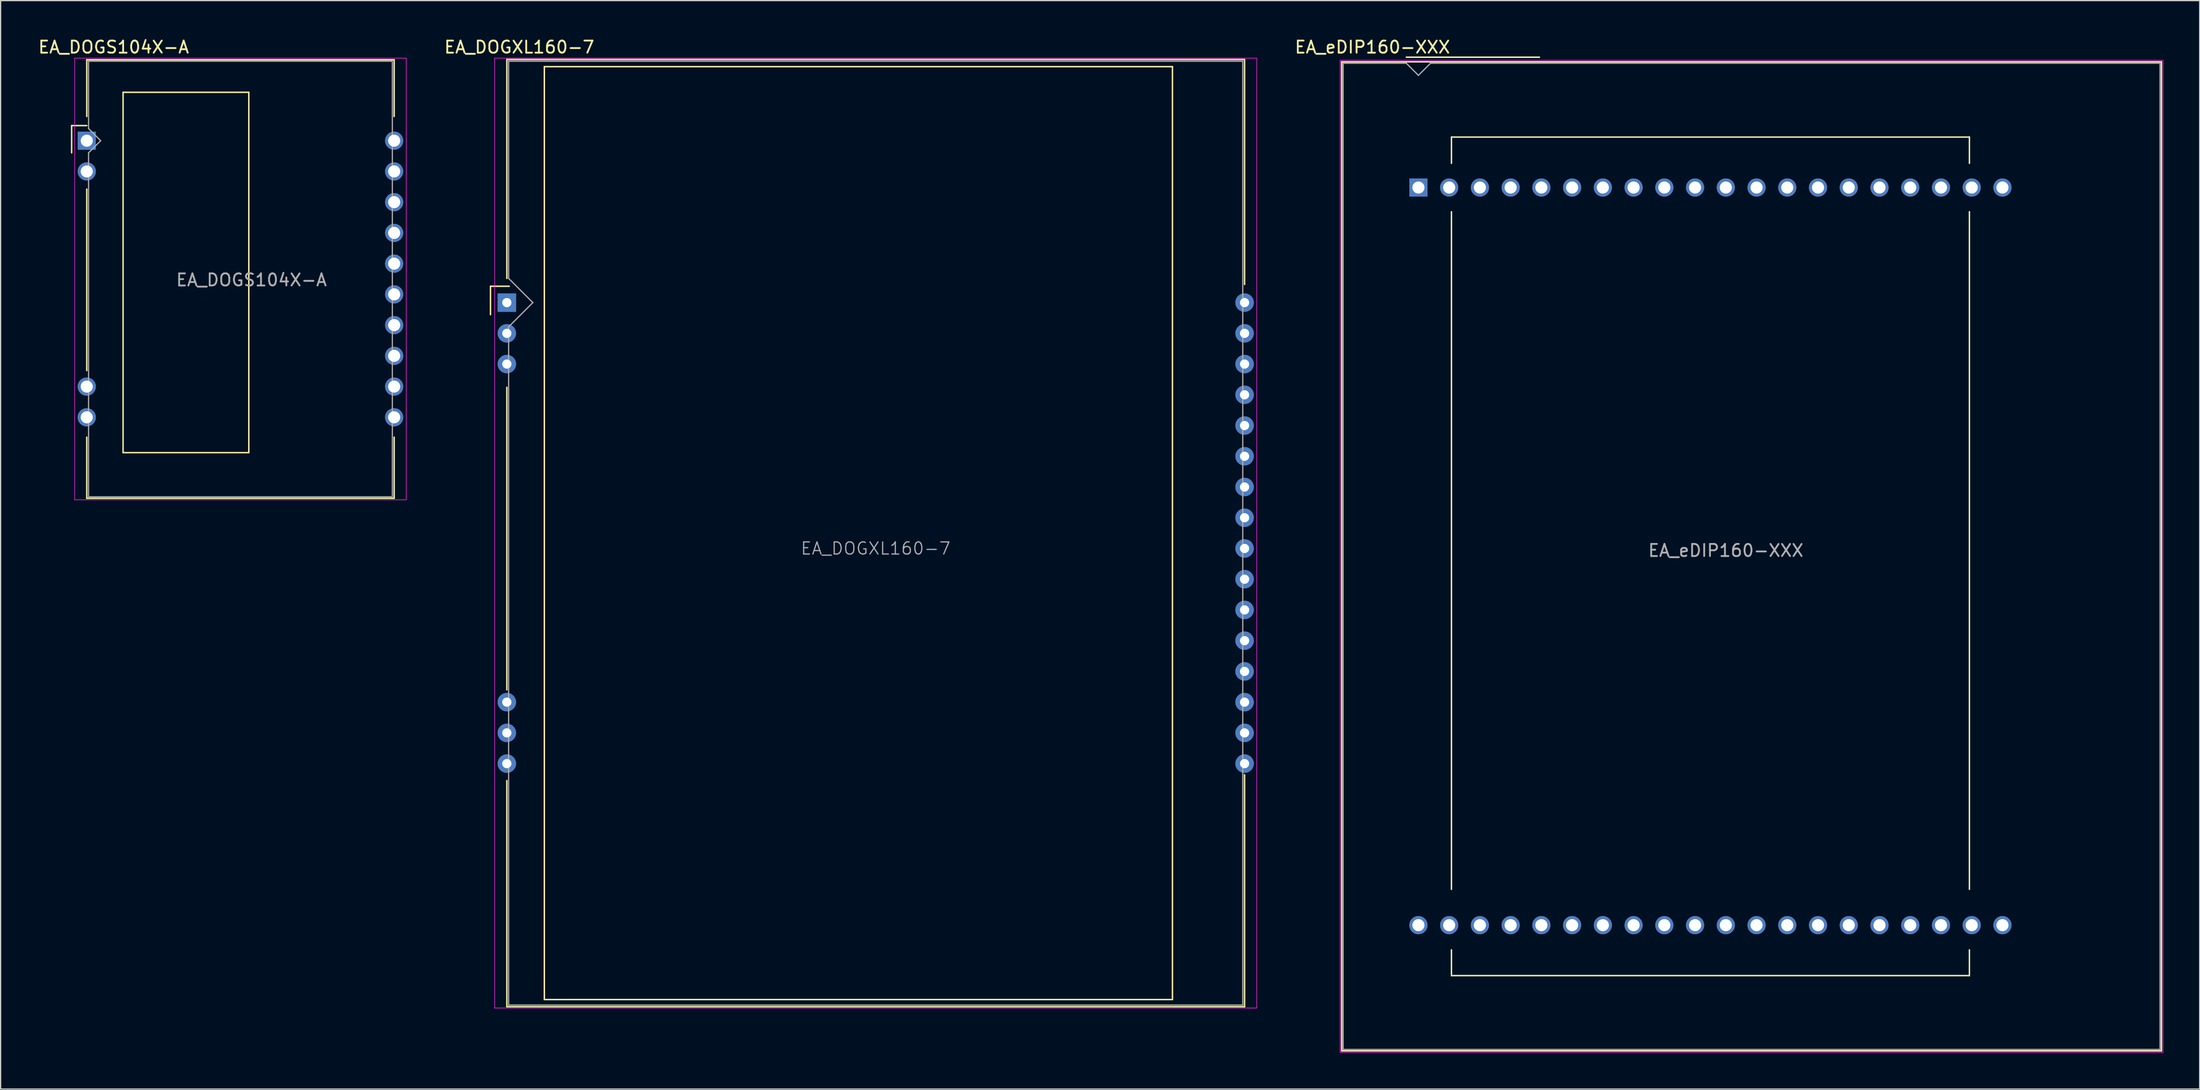
<source format=kicad_pcb>
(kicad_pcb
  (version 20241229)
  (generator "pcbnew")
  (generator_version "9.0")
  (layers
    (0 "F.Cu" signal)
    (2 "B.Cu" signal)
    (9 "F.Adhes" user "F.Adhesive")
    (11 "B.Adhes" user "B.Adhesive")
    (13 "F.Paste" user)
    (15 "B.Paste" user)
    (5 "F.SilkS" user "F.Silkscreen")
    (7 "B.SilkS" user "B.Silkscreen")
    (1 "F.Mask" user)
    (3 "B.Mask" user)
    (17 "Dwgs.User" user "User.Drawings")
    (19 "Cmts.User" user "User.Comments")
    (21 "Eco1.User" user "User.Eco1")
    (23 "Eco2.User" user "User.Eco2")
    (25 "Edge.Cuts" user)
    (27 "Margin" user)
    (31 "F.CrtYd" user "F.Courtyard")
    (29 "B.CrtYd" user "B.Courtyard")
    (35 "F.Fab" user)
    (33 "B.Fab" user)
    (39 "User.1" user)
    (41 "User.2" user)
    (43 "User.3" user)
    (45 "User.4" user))
  (footprint "EA_DOGXL160-7"
    (layer "F.Cu")
    (at 38.83 21.958)
    (property "Reference" "EA_DOGXL160-7" (at 1.03 -21.11 0) (layer "F.SilkS") (effects (font (size 1 1) (thickness 0.15))))
    (attr through_hole)
    (fp_line (start -1.35 -1.35) (end -1.35 1) (stroke (width 0.12) (type solid)) (layer "F.SilkS"))
    (fp_line (start 0 -20.09) (end 0 -2) (stroke (width 0.12) (type solid)) (layer "F.SilkS"))
    (fp_line (start 0 7) (end 0 32) (stroke (width 0.12) (type solid)) (layer "F.SilkS"))
    (fp_line (start 0 39.5) (end 0 58.19) (stroke (width 0.12) (type solid)) (layer "F.SilkS"))
    (fp_line (start 0 58.19) (end 60.96 58.19) (stroke (width 0.12) (type solid)) (layer "F.SilkS"))
    (fp_line (start 0.2 -1.35) (end -1.35 -1.35) (stroke (width 0.12) (type solid)) (layer "F.SilkS"))
    (fp_line (start 3.1 -19.5) (end 3.1 57.6) (stroke (width 0.12) (type solid)) (layer "F.SilkS"))
    (fp_line (start 3.1 57.6) (end 55 57.6) (stroke (width 0.12) (type solid)) (layer "F.SilkS"))
    (fp_line (start 55 -19.5) (end 3.1 -19.5) (stroke (width 0.12) (type solid)) (layer "F.SilkS"))
    (fp_line (start 55 57.6) (end 55 -19.5) (stroke (width 0.12) (type solid)) (layer "F.SilkS"))
    (fp_line (start 60.96 -20.09) (end 0 -20.09) (stroke (width 0.12) (type solid)) (layer "F.SilkS"))
    (fp_line (start 60.96 -1.5) (end 60.96 -20.08) (stroke (width 0.12) (type solid)) (layer "F.SilkS"))
    (fp_line (start 60.96 58.19) (end 60.96 39.02) (stroke (width 0.12) (type solid)) (layer "F.SilkS"))
    (fp_line (start -1.01 -20.2) (end 61.97 -20.2) (stroke (width 0.05) (type solid)) (layer "F.CrtYd"))
    (fp_line (start -1.01 58.3) (end -1.01 -20.2) (stroke (width 0.05) (type solid)) (layer "F.CrtYd"))
    (fp_line (start 61.97 -20.2) (end 61.97 58.3) (stroke (width 0.05) (type solid)) (layer "F.CrtYd"))
    (fp_line (start 61.97 58.3) (end -1.01 58.3) (stroke (width 0.05) (type solid)) (layer "F.CrtYd"))
    (fp_line (start 0.15 -19.95) (end 60.81 -19.95) (stroke (width 0.1) (type solid)) (layer "F.Fab"))
    (fp_line (start 0.15 -2) (end 0.15 -19.95) (stroke (width 0.1) (type solid)) (layer "F.Fab"))
    (fp_line (start 0.15 -2) (end 2.15 0) (stroke (width 0.1) (type solid)) (layer "F.Fab"))
    (fp_line (start 0.15 2) (end 0.15 58.05) (stroke (width 0.1) (type solid)) (layer "F.Fab"))
    (fp_line (start 2.15 0) (end 0.15 2) (stroke (width 0.1) (type solid)) (layer "F.Fab"))
    (fp_line (start 60.81 -19.95) (end 60.81 58.05) (stroke (width 0.1) (type solid)) (layer "F.Fab"))
    (fp_line (start 60.81 58.05) (end 0.15 58.05) (stroke (width 0.1) (type solid)) (layer "F.Fab"))
    (fp_text user "${REFERENCE}" (at 30.48 20.32 0) (layer "F.Fab") (effects (font (size 1 1) (thickness 0.1))))
    (pad "1" thru_hole rect (at 0 0) (size 1.524 1.524) (drill 0.762) (layers "*.Cu" "*.Mask"))
    (pad "2" thru_hole circle (at 0 2.54) (size 1.524 1.524) (drill 0.762) (layers "*.Cu" "*.Mask"))
    (pad "3" thru_hole circle (at 0 5.08) (size 1.524 1.524) (drill 0.762) (layers "*.Cu" "*.Mask"))
    (pad "14" thru_hole circle (at 0 33.02) (size 1.524 1.524) (drill 0.762) (layers "*.Cu" "*.Mask"))
    (pad "15" thru_hole circle (at 0 35.56) (size 1.524 1.524) (drill 0.762) (layers "*.Cu" "*.Mask"))
    (pad "16" thru_hole circle (at 0 38.1) (size 1.524 1.524) (drill 0.762) (layers "*.Cu" "*.Mask"))
    (pad "17" thru_hole circle (at 60.96 38.1) (size 1.524 1.524) (drill 0.762) (layers "*.Cu" "*.Mask"))
    (pad "18" thru_hole circle (at 60.96 35.56) (size 1.524 1.524) (drill 0.762) (layers "*.Cu" "*.Mask"))
    (pad "19" thru_hole circle (at 60.96 33.02) (size 1.524 1.524) (drill 0.762) (layers "*.Cu" "*.Mask"))
    (pad "20" thru_hole circle (at 60.96 30.48) (size 1.524 1.524) (drill 0.762) (layers "*.Cu" "*.Mask"))
    (pad "21" thru_hole circle (at 60.96 27.94) (size 1.524 1.524) (drill 0.762) (layers "*.Cu" "*.Mask"))
    (pad "22" thru_hole circle (at 60.96 25.4) (size 1.524 1.524) (drill 0.762) (layers "*.Cu" "*.Mask"))
    (pad "23" thru_hole circle (at 60.96 22.86) (size 1.524 1.524) (drill 0.762) (layers "*.Cu" "*.Mask"))
    (pad "24" thru_hole circle (at 60.96 20.32) (size 1.524 1.524) (drill 0.762) (layers "*.Cu" "*.Mask"))
    (pad "25" thru_hole circle (at 60.96 17.78) (size 1.524 1.524) (drill 0.762) (layers "*.Cu" "*.Mask"))
    (pad "26" thru_hole circle (at 60.96 15.24) (size 1.524 1.524) (drill 0.762) (layers "*.Cu" "*.Mask"))
    (pad "27" thru_hole circle (at 60.96 12.7) (size 1.524 1.524) (drill 0.762) (layers "*.Cu" "*.Mask"))
    (pad "28" thru_hole circle (at 60.96 10.16) (size 1.524 1.524) (drill 0.762) (layers "*.Cu" "*.Mask"))
    (pad "29" thru_hole circle (at 60.96 7.62) (size 1.524 1.524) (drill 0.762) (layers "*.Cu" "*.Mask"))
    (pad "30" thru_hole circle (at 60.96 5.08) (size 1.524 1.524) (drill 0.762) (layers "*.Cu" "*.Mask"))
    (pad "31" thru_hole circle (at 60.96 2.54) (size 1.524 1.524) (drill 0.762) (layers "*.Cu" "*.Mask"))
    (pad "32" thru_hole circle (at 60.96 0) (size 1.524 1.524) (drill 0.762) (layers "*.Cu" "*.Mask")))
  (footprint "EA_eDIP160-XXX"
    (layer "F.Cu")
    (at 114.155 12.448)
    (property "Reference" "EA_eDIP160-XXX" (at -3.8 -11.6 0) (layer "F.SilkS") (effects (font (size 1 1) (thickness 0.15))))
    (attr through_hole)
    (fp_line (start -6.34 -10.39) (end 61.4 -10.39) (stroke (width 0.12) (type solid)) (layer "F.SilkS"))
    (fp_line (start -6.34 71.35) (end -6.34 -10.39) (stroke (width 0.12) (type solid)) (layer "F.SilkS"))
    (fp_line (start -1 -10.77) (end 10 -10.77) (stroke (width 0.12) (type solid)) (layer "F.SilkS"))
    (fp_line (start 2.73 -4.17) (end 2.73 -2) (stroke (width 0.12) (type solid)) (layer "F.SilkS"))
    (fp_line (start 2.73 -4.17) (end 45.53 -4.17) (stroke (width 0.12) (type solid)) (layer "F.SilkS"))
    (fp_line (start 2.73 2) (end 2.73 58) (stroke (width 0.12) (type solid)) (layer "F.SilkS"))
    (fp_line (start 2.73 63) (end 2.73 65.13) (stroke (width 0.12) (type solid)) (layer "F.SilkS"))
    (fp_line (start 45.53 -4.175) (end 45.53 -2) (stroke (width 0.12) (type solid)) (layer "F.SilkS"))
    (fp_line (start 45.53 2) (end 45.53 58) (stroke (width 0.12) (type solid)) (layer "F.SilkS"))
    (fp_line (start 45.53 63) (end 45.53 65.13) (stroke (width 0.12) (type solid)) (layer "F.SilkS"))
    (fp_line (start 45.53 65.13) (end 2.73 65.13) (stroke (width 0.12) (type solid)) (layer "F.SilkS"))
    (fp_line (start 61.4 -10.39) (end 61.4 71.35) (stroke (width 0.12) (type solid)) (layer "F.SilkS"))
    (fp_line (start 61.4 71.35) (end -6.34 71.35) (stroke (width 0.12) (type solid)) (layer "F.SilkS"))
    (fp_line (start -6.47 -10.52) (end 61.53 -10.52) (stroke (width 0.05) (type solid)) (layer "F.CrtYd"))
    (fp_line (start -6.47 71.48) (end -6.47 -10.52) (stroke (width 0.05) (type solid)) (layer "F.CrtYd"))
    (fp_line (start 61.53 -10.52) (end 61.53 71.48) (stroke (width 0.05) (type solid)) (layer "F.CrtYd"))
    (fp_line (start 61.53 71.48) (end -6.47 71.48) (stroke (width 0.05) (type solid)) (layer "F.CrtYd"))
    (fp_line (start -6.22 71.23) (end -6.22 -10.27) (stroke (width 0.1) (type solid)) (layer "F.Fab"))
    (fp_line (start -1 -10.27) (end -6.22 -10.27) (stroke (width 0.1) (type solid)) (layer "F.Fab"))
    (fp_line (start -1 -10.27) (end 0 -9.27) (stroke (width 0.1) (type solid)) (layer "F.Fab"))
    (fp_line (start 0 -9.27) (end 1 -10.27) (stroke (width 0.1) (type solid)) (layer "F.Fab"))
    (fp_line (start 1 -10.27) (end 61.28 -10.27) (stroke (width 0.1) (type solid)) (layer "F.Fab"))
    (fp_line (start 61.28 -10.27) (end 61.28 71.23) (stroke (width 0.1) (type solid)) (layer "F.Fab"))
    (fp_line (start 61.28 71.23) (end -6.22 71.23) (stroke (width 0.1) (type solid)) (layer "F.Fab"))
    (fp_text user "${REFERENCE}" (at 25.4 30 0) (layer "F.Fab") (effects (font (size 1 1) (thickness 0.15))))
    (pad "1" thru_hole rect (at 0 0) (size 1.5 1.5) (drill 1) (layers "*.Cu" "*.Mask"))
    (pad "2" thru_hole circle (at 2.54 0) (size 1.5 1.5) (drill 1) (layers "*.Cu" "*.Mask"))
    (pad "3" thru_hole circle (at 5.08 0) (size 1.5 1.5) (drill 1) (layers "*.Cu" "*.Mask"))
    (pad "4" thru_hole circle (at 7.62 0) (size 1.5 1.5) (drill 1) (layers "*.Cu" "*.Mask"))
    (pad "5" thru_hole circle (at 10.16 0) (size 1.5 1.5) (drill 1) (layers "*.Cu" "*.Mask"))
    (pad "6" thru_hole circle (at 12.7 0) (size 1.5 1.5) (drill 1) (layers "*.Cu" "*.Mask"))
    (pad "7" thru_hole circle (at 15.24 0) (size 1.5 1.5) (drill 1) (layers "*.Cu" "*.Mask"))
    (pad "8" thru_hole circle (at 17.78 0) (size 1.5 1.5) (drill 1) (layers "*.Cu" "*.Mask"))
    (pad "9" thru_hole circle (at 20.32 0) (size 1.5 1.5) (drill 1) (layers "*.Cu" "*.Mask"))
    (pad "10" thru_hole circle (at 22.86 0) (size 1.5 1.5) (drill 1) (layers "*.Cu" "*.Mask"))
    (pad "11" thru_hole circle (at 25.4 0) (size 1.5 1.5) (drill 1) (layers "*.Cu" "*.Mask"))
    (pad "12" thru_hole circle (at 27.94 0) (size 1.5 1.5) (drill 1) (layers "*.Cu" "*.Mask"))
    (pad "13" thru_hole circle (at 30.48 0) (size 1.5 1.5) (drill 1) (layers "*.Cu" "*.Mask"))
    (pad "14" thru_hole circle (at 33.02 0) (size 1.5 1.5) (drill 1) (layers "*.Cu" "*.Mask"))
    (pad "15" thru_hole circle (at 35.56 0) (size 1.5 1.5) (drill 1) (layers "*.Cu" "*.Mask"))
    (pad "16" thru_hole circle (at 38.1 0) (size 1.5 1.5) (drill 1) (layers "*.Cu" "*.Mask"))
    (pad "17" thru_hole circle (at 40.64 0) (size 1.5 1.5) (drill 1) (layers "*.Cu" "*.Mask"))
    (pad "18" thru_hole circle (at 43.18 0) (size 1.5 1.5) (drill 1) (layers "*.Cu" "*.Mask"))
    (pad "19" thru_hole circle (at 45.72 0) (size 1.5 1.5) (drill 1) (layers "*.Cu" "*.Mask"))
    (pad "20" thru_hole circle (at 48.26 0) (size 1.5 1.5) (drill 1) (layers "*.Cu" "*.Mask"))
    (pad "21" thru_hole circle (at 48.26 60.96) (size 1.5 1.5) (drill 1) (layers "*.Cu" "*.Mask"))
    (pad "22" thru_hole circle (at 45.72 60.96) (size 1.5 1.5) (drill 1) (layers "*.Cu" "*.Mask"))
    (pad "23" thru_hole circle (at 43.18 60.96) (size 1.5 1.5) (drill 1) (layers "*.Cu" "*.Mask"))
    (pad "24" thru_hole circle (at 40.64 60.96) (size 1.5 1.5) (drill 1) (layers "*.Cu" "*.Mask"))
    (pad "25" thru_hole circle (at 38.1 60.96) (size 1.5 1.5) (drill 1) (layers "*.Cu" "*.Mask"))
    (pad "26" thru_hole circle (at 35.56 60.96) (size 1.5 1.5) (drill 1) (layers "*.Cu" "*.Mask"))
    (pad "27" thru_hole circle (at 33.02 60.96) (size 1.5 1.5) (drill 1) (layers "*.Cu" "*.Mask"))
    (pad "28" thru_hole circle (at 30.48 60.96) (size 1.5 1.5) (drill 1) (layers "*.Cu" "*.Mask"))
    (pad "29" thru_hole circle (at 27.94 60.96) (size 1.5 1.5) (drill 1) (layers "*.Cu" "*.Mask"))
    (pad "30" thru_hole circle (at 25.4 60.96) (size 1.5 1.5) (drill 1) (layers "*.Cu" "*.Mask"))
    (pad "31" thru_hole circle (at 22.86 60.96) (size 1.5 1.5) (drill 1) (layers "*.Cu" "*.Mask"))
    (pad "32" thru_hole circle (at 20.32 60.96) (size 1.5 1.5) (drill 1) (layers "*.Cu" "*.Mask"))
    (pad "33" thru_hole circle (at 17.78 60.96) (size 1.5 1.5) (drill 1) (layers "*.Cu" "*.Mask"))
    (pad "34" thru_hole circle (at 15.24 60.96) (size 1.5 1.5) (drill 1) (layers "*.Cu" "*.Mask"))
    (pad "35" thru_hole circle (at 12.7 60.96) (size 1.5 1.5) (drill 1) (layers "*.Cu" "*.Mask"))
    (pad "36" thru_hole circle (at 10.16 60.96) (size 1.5 1.5) (drill 1) (layers "*.Cu" "*.Mask"))
    (pad "37" thru_hole circle (at 7.62 60.96) (size 1.5 1.5) (drill 1) (layers "*.Cu" "*.Mask"))
    (pad "38" thru_hole circle (at 5.08 60.96) (size 1.5 1.5) (drill 1) (layers "*.Cu" "*.Mask"))
    (pad "39" thru_hole circle (at 2.54 60.96) (size 1.5 1.5) (drill 1) (layers "*.Cu" "*.Mask"))
    (pad "40" thru_hole circle (at 0 60.96) (size 1.5 1.5) (drill 1) (layers "*.Cu" "*.Mask")))
  (footprint "EA_DOGS104X-A"
    (layer "F.Cu")
    (at 4.119 8.578)
    (property "Reference" "EA_DOGS104X-A" (at 2.22 -7.73 0) (layer "F.SilkS") (effects (font (size 1 1) (thickness 0.15))))
    (attr through_hole)
    (fp_line (start -1.25 -1.25) (end -1.25 1) (stroke (width 0.12) (type solid)) (layer "F.SilkS"))
    (fp_line (start -1.25 -1.25) (end 0 -1.25) (stroke (width 0.12) (type solid)) (layer "F.SilkS"))
    (fp_line (start 0 -6.69) (end 25.4 -6.69) (stroke (width 0.12) (type solid)) (layer "F.SilkS"))
    (fp_line (start 0 -2) (end 0 -6.69) (stroke (width 0.12) (type solid)) (layer "F.SilkS"))
    (fp_line (start 0 4) (end 0 19) (stroke (width 0.12) (type solid)) (layer "F.SilkS"))
    (fp_line (start 0 24.5) (end 0 29.55) (stroke (width 0.12) (type solid)) (layer "F.SilkS"))
    (fp_line (start 3 -4) (end 3 25.78) (stroke (width 0.12) (type solid)) (layer "F.SilkS"))
    (fp_line (start 3 25.78) (end 13.39 25.78) (stroke (width 0.12) (type solid)) (layer "F.SilkS"))
    (fp_line (start 13.39 -4) (end 3 -4) (stroke (width 0.12) (type solid)) (layer "F.SilkS"))
    (fp_line (start 13.39 25.78) (end 13.39 -4) (stroke (width 0.12) (type solid)) (layer "F.SilkS"))
    (fp_line (start 25.4 -6.69) (end 25.4 -2) (stroke (width 0.12) (type solid)) (layer "F.SilkS"))
    (fp_line (start 25.4 24.5) (end 25.4 29.55) (stroke (width 0.12) (type solid)) (layer "F.SilkS"))
    (fp_line (start 25.4 29.55) (end 0 29.55) (stroke (width 0.12) (type solid)) (layer "F.SilkS"))
    (fp_line (start -1 -6.82) (end 26.4 -6.82) (stroke (width 0.05) (type solid)) (layer "F.CrtYd"))
    (fp_line (start -1 29.68) (end -1 -6.82) (stroke (width 0.05) (type solid)) (layer "F.CrtYd"))
    (fp_line (start 26.4 -6.82) (end 26.4 29.68) (stroke (width 0.05) (type solid)) (layer "F.CrtYd"))
    (fp_line (start 26.4 29.68) (end -1 29.68) (stroke (width 0.05) (type solid)) (layer "F.CrtYd"))
    (fp_line (start 0.15 -6.57) (end 25.25 -6.57) (stroke (width 0.1) (type solid)) (layer "F.Fab"))
    (fp_line (start 0.15 -1) (end 0.15 -6.57) (stroke (width 0.1) (type solid)) (layer "F.Fab"))
    (fp_line (start 0.15 -1) (end 1.15 0) (stroke (width 0.1) (type solid)) (layer "F.Fab"))
    (fp_line (start 0.15 1) (end 0.15 29.43) (stroke (width 0.1) (type solid)) (layer "F.Fab"))
    (fp_line (start 1.15 0) (end 0.15 1) (stroke (width 0.1) (type solid)) (layer "F.Fab"))
    (fp_line (start 25.25 -6.57) (end 25.25 29.43) (stroke (width 0.1) (type solid)) (layer "F.Fab"))
    (fp_line (start 25.25 29.43) (end 0.15 29.43) (stroke (width 0.1) (type solid)) (layer "F.Fab"))
    (fp_text user "${REFERENCE}" (at 13.61 11.51 0) (layer "F.Fab") (effects (font (size 1 1) (thickness 0.15))))
    (pad "1" thru_hole rect (at 0 0) (size 1.5 1.5) (drill 1) (layers "*.Cu" "*.Mask"))
    (pad "2" thru_hole circle (at 0 2.54) (size 1.5 1.5) (drill 1) (layers "*.Cu" "*.Mask"))
    (pad "9" thru_hole circle (at 0 20.32) (size 1.5 1.5) (drill 1) (layers "*.Cu" "*.Mask"))
    (pad "10" thru_hole circle (at 0 22.86) (size 1.5 1.5) (drill 1) (layers "*.Cu" "*.Mask"))
    (pad "11" thru_hole circle (at 25.4 22.86) (size 1.5 1.5) (drill 1) (layers "*.Cu" "*.Mask"))
    (pad "12" thru_hole circle (at 25.4 20.32) (size 1.5 1.5) (drill 1) (layers "*.Cu" "*.Mask"))
    (pad "13" thru_hole circle (at 25.4 17.78) (size 1.5 1.5) (drill 1) (layers "*.Cu" "*.Mask"))
    (pad "14" thru_hole circle (at 25.4 15.24) (size 1.5 1.5) (drill 1) (layers "*.Cu" "*.Mask"))
    (pad "15" thru_hole circle (at 25.4 12.7) (size 1.5 1.5) (drill 1) (layers "*.Cu" "*.Mask"))
    (pad "16" thru_hole circle (at 25.4 10.16) (size 1.5 1.5) (drill 1) (layers "*.Cu" "*.Mask"))
    (pad "17" thru_hole circle (at 25.4 7.62) (size 1.5 1.5) (drill 1) (layers "*.Cu" "*.Mask"))
    (pad "18" thru_hole circle (at 25.4 5.08) (size 1.5 1.5) (drill 1) (layers "*.Cu" "*.Mask"))
    (pad "19" thru_hole circle (at 25.4 2.54) (size 1.5 1.5) (drill 1) (layers "*.Cu" "*.Mask"))
    (pad "20" thru_hole circle (at 25.4 0) (size 1.5 1.5) (drill 1) (layers "*.Cu" "*.Mask")))
  (gr_rect
    (start -3 -3)
    (end 178.71 86.953)
    (stroke (width 0.1) (type default))
    (fill no)
    (layer "Edge.Cuts")))
</source>
